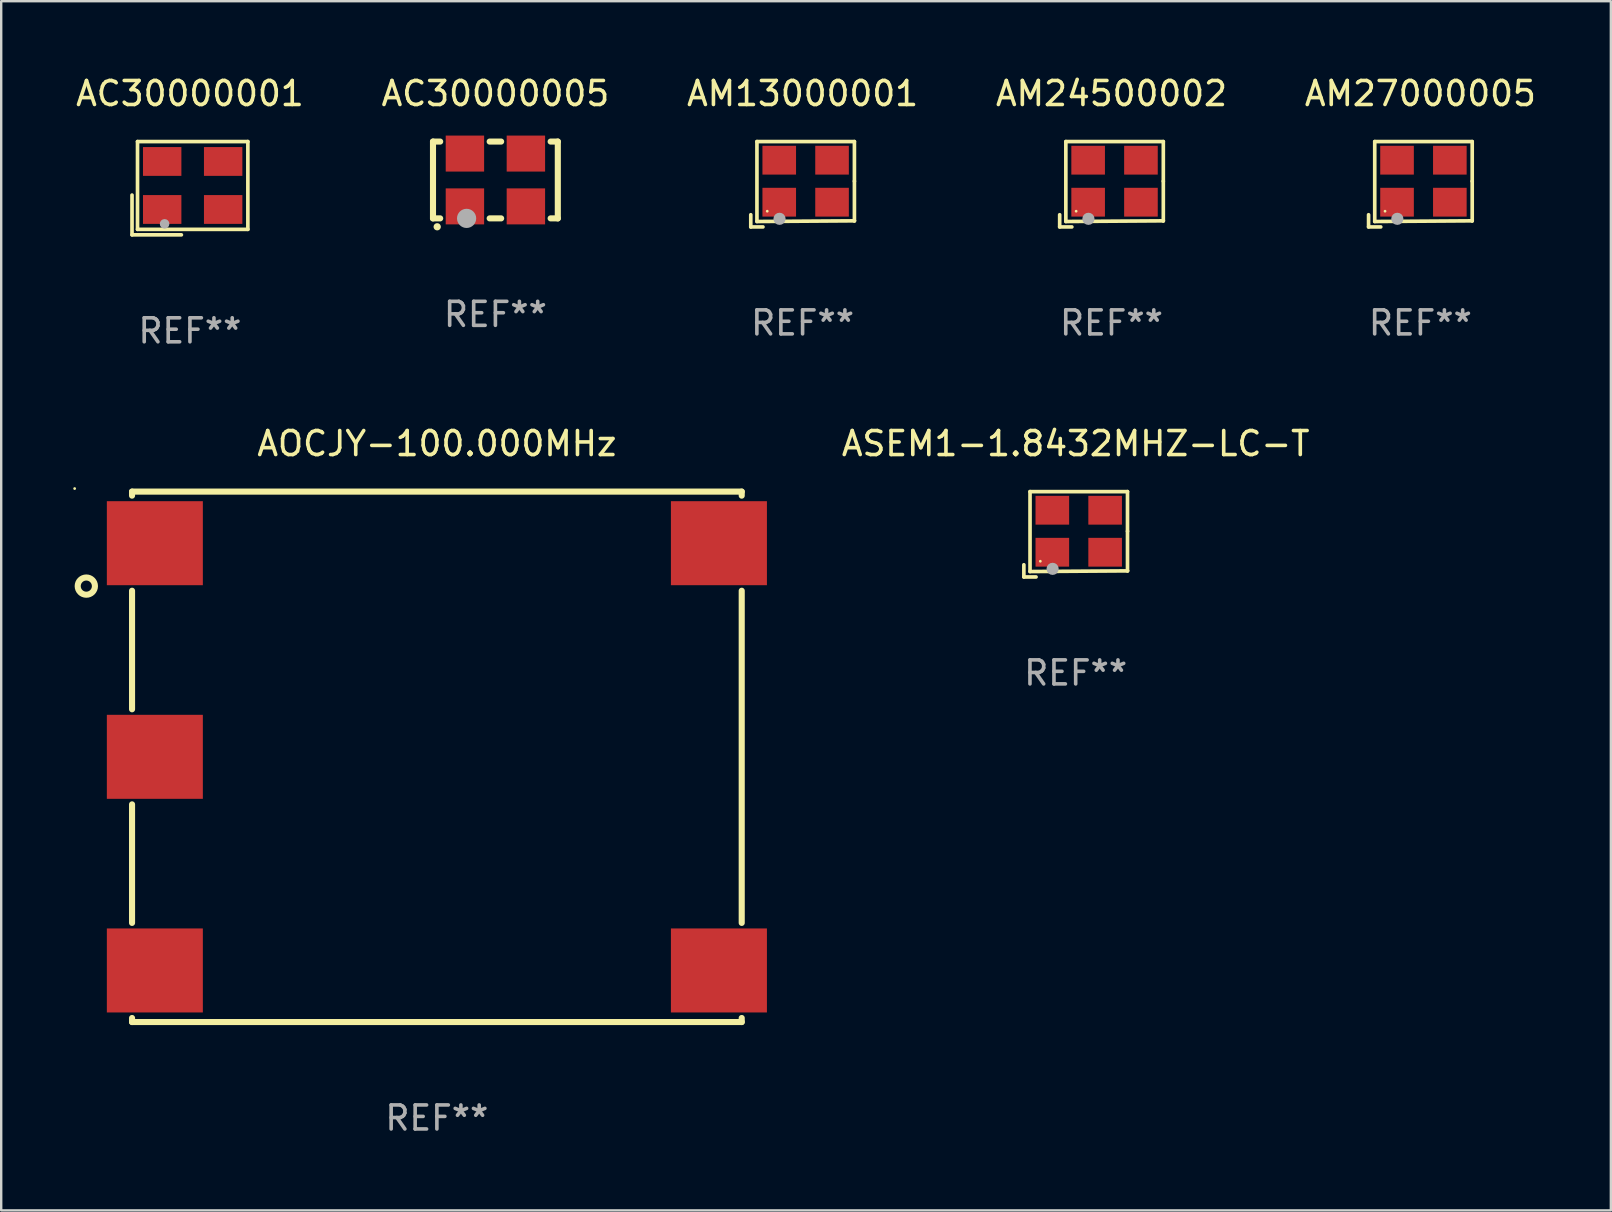
<source format=kicad_pcb>
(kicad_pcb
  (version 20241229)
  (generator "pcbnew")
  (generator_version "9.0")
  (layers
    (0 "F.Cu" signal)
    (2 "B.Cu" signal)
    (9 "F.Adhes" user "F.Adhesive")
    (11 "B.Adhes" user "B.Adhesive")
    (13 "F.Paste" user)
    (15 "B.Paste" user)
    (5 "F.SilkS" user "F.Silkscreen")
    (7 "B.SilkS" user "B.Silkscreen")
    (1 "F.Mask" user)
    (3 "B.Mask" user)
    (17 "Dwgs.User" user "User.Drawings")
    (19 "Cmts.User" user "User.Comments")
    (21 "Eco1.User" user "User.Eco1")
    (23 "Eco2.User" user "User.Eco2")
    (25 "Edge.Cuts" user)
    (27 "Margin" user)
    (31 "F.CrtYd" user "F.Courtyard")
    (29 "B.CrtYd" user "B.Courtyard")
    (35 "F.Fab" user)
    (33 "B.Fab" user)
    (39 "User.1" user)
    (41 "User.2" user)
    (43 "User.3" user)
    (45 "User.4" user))
  (footprint "AC30000001"
    (layer "F.Cu")
    (at 4.863 4.791)
    (property "Reference" "AC30000001" (at 0 -3.943 0) (layer "F.SilkS") (effects (font (size 1 1) (thickness 0.15))))
    (attr through_hole)
    (fp_line (start -2.413 0.286) (end -2.413 1.943) (stroke (width 0.152) (type solid)) (layer "F.SilkS"))
    (fp_line (start -2.413 1.943) (end -0.356 1.943) (stroke (width 0.152) (type solid)) (layer "F.SilkS"))
    (fp_line (start -2.184 -1.943) (end 2.413 -1.943) (stroke (width 0.152) (type solid)) (layer "F.SilkS"))
    (fp_line (start -2.184 1.714) (end -2.184 -1.943) (stroke (width 0.152) (type solid)) (layer "F.SilkS"))
    (fp_line (start 2.413 -1.943) (end 2.413 1.714) (stroke (width 0.152) (type solid)) (layer "F.SilkS"))
    (fp_line (start 2.413 1.714) (end -2.184 1.714) (stroke (width 0.152) (type solid)) (layer "F.SilkS"))
    (fp_circle (center -1.056 1.486) (end -0.956 1.486) (stroke (width 0.2) (type solid)) (fill no) (layer "F.Fab"))
    (fp_text user "REF**" (at 0 5.943 0) (layer "F.Fab") (effects (font (size 1 1) (thickness 0.15))))
    (pad "1" smd rect (at -1.156 0.886) (size 1.6 1.2) (layers "F.Cu" "F.Mask" "F.Paste"))
    (pad "2" smd rect (at 1.384 0.886) (size 1.6 1.2) (layers "F.Cu" "F.Mask" "F.Paste"))
    (pad "3" smd rect (at 1.384 -1.114) (size 1.6 1.2) (layers "F.Cu" "F.Mask" "F.Paste"))
    (pad "4" smd rect (at -1.156 -1.114) (size 1.6 1.2) (layers "F.Cu" "F.Mask" "F.Paste")))
  (footprint "AC30000005"
    (layer "F.Cu")
    (at 17.589 4.448)
    (property "Reference" "AC30000005" (at 0 -3.6 0) (layer "F.SilkS") (effects (font (size 1 1) (thickness 0.15))))
    (attr through_hole)
    (fp_line (start -2.6 -1.6) (end -2.301 -1.6) (stroke (width 0.254) (type solid)) (layer "F.SilkS"))
    (fp_line (start -2.6 1.6) (end -2.6 -1.6) (stroke (width 0.254) (type solid)) (layer "F.SilkS"))
    (fp_line (start -2.301 1.6) (end -2.6 1.6) (stroke (width 0.254) (type solid)) (layer "F.SilkS"))
    (fp_line (start -0.239 -1.6) (end 0.239 -1.6) (stroke (width 0.254) (type solid)) (layer "F.SilkS"))
    (fp_line (start 0.239 1.6) (end -0.239 1.6) (stroke (width 0.254) (type solid)) (layer "F.SilkS"))
    (fp_line (start 2.301 -1.6) (end 2.6 -1.6) (stroke (width 0.254) (type solid)) (layer "F.SilkS"))
    (fp_line (start 2.6 -1.6) (end 2.6 1.6) (stroke (width 0.254) (type solid)) (layer "F.SilkS"))
    (fp_line (start 2.6 1.6) (end 2.301 1.6) (stroke (width 0.254) (type solid)) (layer "F.SilkS"))
    (fp_arc (start -2.426213 1.949987) (mid -2.424943 1.949982) (end -2.423673 1.949987) (stroke (width 0.3) (type solid)) (layer "F.SilkS"))
    (fp_circle (center -2.5 1.6) (end -2.47 1.6) (stroke (width 0.06) (type solid)) (fill no) (layer "F.SilkS"))
    (fp_circle (center -1.2 1.6) (end -1 1.6) (stroke (width 0.4) (type solid)) (fill no) (layer "F.Fab"))
    (fp_text user "REF**" (at 0 5.6 0) (layer "F.Fab") (effects (font (size 1 1) (thickness 0.15))))
    (pad "1" smd rect (at -1.27 1.1) (size 1.6 1.5) (layers "F.Cu" "F.Mask" "F.Paste"))
    (pad "2" smd rect (at 1.27 1.1) (size 1.6 1.5) (layers "F.Cu" "F.Mask" "F.Paste"))
    (pad "3" smd rect (at 1.27 -1.1) (size 1.6 1.5) (layers "F.Cu" "F.Mask" "F.Paste"))
    (pad "4" smd rect (at -1.27 -1.1) (size 1.6 1.5) (layers "F.Cu" "F.Mask" "F.Paste")))
  (footprint "ASEM1-1.8432MHZ-LC-T"
    (layer "F.Cu")
    (at 41.764 19.209)
    (property "Reference" "ASEM1-1.8432MHZ-LC-T" (at 0 -3.778 0) (layer "F.SilkS") (effects (font (size 1 1) (thickness 0.15))))
    (attr through_hole)
    (fp_line (start -2.159 1.27) (end -2.159 1.778) (stroke (width 0.152) (type solid)) (layer "F.SilkS"))
    (fp_line (start -2.159 1.778) (end -1.651 1.778) (stroke (width 0.152) (type solid)) (layer "F.SilkS"))
    (fp_line (start -1.902 -1.778) (end 2.159 -1.778) (stroke (width 0.152) (type solid)) (layer "F.SilkS"))
    (fp_line (start -1.902 1.552) (end -1.902 -1.778) (stroke (width 0.152) (type solid)) (layer "F.SilkS"))
    (fp_line (start 2.159 -1.778) (end 2.159 -0.127) (stroke (width 0.152) (type solid)) (layer "F.SilkS"))
    (fp_line (start 2.159 -0.127) (end 2.159 1.524) (stroke (width 0.152) (type solid)) (layer "F.SilkS"))
    (fp_line (start 2.159 1.524) (end -1.902 1.552) (stroke (width 0.152) (type solid)) (layer "F.SilkS"))
    (fp_line (start 2.159 1.524) (end 2.159 1.524) (stroke (width 0.152) (type solid)) (layer "F.SilkS"))
    (fp_circle (center -1.473 1.123) (end -1.443 1.123) (stroke (width 0.06) (type solid)) (fill no) (layer "F.SilkS"))
    (fp_circle (center -0.961 1.44) (end -0.834 1.44) (stroke (width 0.254) (type solid)) (fill no) (layer "F.Fab"))
    (fp_text user "REF**" (at 0 5.778 0) (layer "F.Fab") (effects (font (size 1 1) (thickness 0.15))))
    (pad "1" smd rect (at -0.973 0.748) (size 1.4 1.2) (layers "F.Cu" "F.Mask" "F.Paste"))
    (pad "2" smd rect (at 1.227 0.748) (size 1.4 1.2) (layers "F.Cu" "F.Mask" "F.Paste"))
    (pad "3" smd rect (at 1.227 -1.002) (size 1.4 1.2) (layers "F.Cu" "F.Mask" "F.Paste"))
    (pad "4" smd rect (at -0.973 -1.002) (size 1.4 1.2) (layers "F.Cu" "F.Mask" "F.Paste")))
  (footprint "AM24500002"
    (layer "F.Cu")
    (at 43.256 4.626)
    (property "Reference" "AM24500002" (at 0 -3.778 0) (layer "F.SilkS") (effects (font (size 1 1) (thickness 0.15))))
    (attr through_hole)
    (fp_line (start -2.159 1.27) (end -2.159 1.778) (stroke (width 0.152) (type solid)) (layer "F.SilkS"))
    (fp_line (start -2.159 1.778) (end -1.651 1.778) (stroke (width 0.152) (type solid)) (layer "F.SilkS"))
    (fp_line (start -1.902 -1.778) (end 2.159 -1.778) (stroke (width 0.152) (type solid)) (layer "F.SilkS"))
    (fp_line (start -1.902 1.552) (end -1.902 -1.778) (stroke (width 0.152) (type solid)) (layer "F.SilkS"))
    (fp_line (start 2.159 -1.778) (end 2.159 -0.127) (stroke (width 0.152) (type solid)) (layer "F.SilkS"))
    (fp_line (start 2.159 -0.127) (end 2.159 1.524) (stroke (width 0.152) (type solid)) (layer "F.SilkS"))
    (fp_line (start 2.159 1.524) (end -1.902 1.552) (stroke (width 0.152) (type solid)) (layer "F.SilkS"))
    (fp_line (start 2.159 1.524) (end 2.159 1.524) (stroke (width 0.152) (type solid)) (layer "F.SilkS"))
    (fp_circle (center -1.473 1.123) (end -1.443 1.123) (stroke (width 0.06) (type solid)) (fill no) (layer "F.SilkS"))
    (fp_circle (center -0.961 1.44) (end -0.834 1.44) (stroke (width 0.254) (type solid)) (fill no) (layer "F.Fab"))
    (fp_text user "REF**" (at 0 5.778 0) (layer "F.Fab") (effects (font (size 1 1) (thickness 0.15))))
    (pad "1" smd rect (at -0.973 0.748) (size 1.4 1.2) (layers "F.Cu" "F.Mask" "F.Paste"))
    (pad "2" smd rect (at 1.227 0.748) (size 1.4 1.2) (layers "F.Cu" "F.Mask" "F.Paste"))
    (pad "3" smd rect (at 1.227 -1.002) (size 1.4 1.2) (layers "F.Cu" "F.Mask" "F.Paste"))
    (pad "4" smd rect (at -0.973 -1.002) (size 1.4 1.2) (layers "F.Cu" "F.Mask" "F.Paste")))
  (footprint "AM27000005"
    (layer "F.Cu")
    (at 56.125 4.626)
    (property "Reference" "AM27000005" (at 0 -3.778 0) (layer "F.SilkS") (effects (font (size 1 1) (thickness 0.15))))
    (attr through_hole)
    (fp_line (start -2.159 1.27) (end -2.159 1.778) (stroke (width 0.152) (type solid)) (layer "F.SilkS"))
    (fp_line (start -2.159 1.778) (end -1.651 1.778) (stroke (width 0.152) (type solid)) (layer "F.SilkS"))
    (fp_line (start -1.902 -1.778) (end 2.159 -1.778) (stroke (width 0.152) (type solid)) (layer "F.SilkS"))
    (fp_line (start -1.902 1.552) (end -1.902 -1.778) (stroke (width 0.152) (type solid)) (layer "F.SilkS"))
    (fp_line (start 2.159 -1.778) (end 2.159 -0.127) (stroke (width 0.152) (type solid)) (layer "F.SilkS"))
    (fp_line (start 2.159 -0.127) (end 2.159 1.524) (stroke (width 0.152) (type solid)) (layer "F.SilkS"))
    (fp_line (start 2.159 1.524) (end -1.902 1.552) (stroke (width 0.152) (type solid)) (layer "F.SilkS"))
    (fp_line (start 2.159 1.524) (end 2.159 1.524) (stroke (width 0.152) (type solid)) (layer "F.SilkS"))
    (fp_circle (center -1.473 1.123) (end -1.443 1.123) (stroke (width 0.06) (type solid)) (fill no) (layer "F.SilkS"))
    (fp_circle (center -0.961 1.44) (end -0.834 1.44) (stroke (width 0.254) (type solid)) (fill no) (layer "F.Fab"))
    (fp_text user "REF**" (at 0 5.778 0) (layer "F.Fab") (effects (font (size 1 1) (thickness 0.15))))
    (pad "1" smd rect (at -0.973 0.748) (size 1.4 1.2) (layers "F.Cu" "F.Mask" "F.Paste"))
    (pad "2" smd rect (at 1.227 0.748) (size 1.4 1.2) (layers "F.Cu" "F.Mask" "F.Paste"))
    (pad "3" smd rect (at 1.227 -1.002) (size 1.4 1.2) (layers "F.Cu" "F.Mask" "F.Paste"))
    (pad "4" smd rect (at -0.973 -1.002) (size 1.4 1.2) (layers "F.Cu" "F.Mask" "F.Paste")))
  (footprint "AOCJY-100.000MHz"
    (layer "F.Cu")
    (at 15.151 28.48)
    (property "Reference" "AOCJY-100.000MHz" (at 0 -13.049 0) (layer "F.SilkS") (effects (font (size 1 1) (thickness 0.15))))
    (attr through_hole)
    (fp_line (start -12.7 -11.049) (end -12.7 -10.881) (stroke (width 0.254) (type solid)) (layer "F.SilkS"))
    (fp_line (start -12.7 -6.919) (end -12.7 -1.981) (stroke (width 0.254) (type solid)) (layer "F.SilkS"))
    (fp_line (start -12.7 1.981) (end -12.7 6.919) (stroke (width 0.254) (type solid)) (layer "F.SilkS"))
    (fp_line (start -12.7 10.881) (end -12.7 11.049) (stroke (width 0.254) (type solid)) (layer "F.SilkS"))
    (fp_line (start -12.7 11.049) (end 12.7 11.049) (stroke (width 0.254) (type solid)) (layer "F.SilkS"))
    (fp_line (start 12.7 -11.049) (end -12.7 -11.049) (stroke (width 0.254) (type solid)) (layer "F.SilkS"))
    (fp_line (start 12.7 -10.881) (end 12.7 -11.049) (stroke (width 0.254) (type solid)) (layer "F.SilkS"))
    (fp_line (start 12.7 6.919) (end 12.7 -6.919) (stroke (width 0.254) (type solid)) (layer "F.SilkS"))
    (fp_line (start 12.7 11.049) (end 12.7 10.881) (stroke (width 0.254) (type solid)) (layer "F.SilkS"))
    (fp_circle (center -15.091 -11.176) (end -15.061 -11.176) (stroke (width 0.06) (type solid)) (fill no) (layer "F.SilkS"))
    (fp_circle (center -14.605 -7.112) (end -14.246 -7.112) (stroke (width 0.254) (type solid)) (fill no) (layer "F.SilkS"))
    (fp_text user "REF**" (at 0 15.049 0) (layer "F.Fab") (effects (font (size 1 1) (thickness 0.15))))
    (pad "1" smd rect (at -11.75 -8.9) (size 4 3.5) (layers "F.Cu" "F.Mask" "F.Paste"))
    (pad "2" smd rect (at -11.75 0) (size 4 3.5) (layers "F.Cu" "F.Mask" "F.Paste"))
    (pad "3" smd rect (at -11.75 8.9) (size 4 3.5) (layers "F.Cu" "F.Mask" "F.Paste"))
    (pad "4" smd rect (at 11.75 8.9) (size 4 3.5) (layers "F.Cu" "F.Mask" "F.Paste"))
    (pad "5" smd rect (at 11.75 -8.9) (size 4 3.5) (layers "F.Cu" "F.Mask" "F.Paste")))
  (footprint "AM13000001"
    (layer "F.Cu")
    (at 30.387 4.626)
    (property "Reference" "AM13000001" (at 0 -3.778 0) (layer "F.SilkS") (effects (font (size 1 1) (thickness 0.15))))
    (attr through_hole)
    (fp_line (start -2.159 1.27) (end -2.159 1.778) (stroke (width 0.152) (type solid)) (layer "F.SilkS"))
    (fp_line (start -2.159 1.778) (end -1.651 1.778) (stroke (width 0.152) (type solid)) (layer "F.SilkS"))
    (fp_line (start -1.902 -1.778) (end 2.159 -1.778) (stroke (width 0.152) (type solid)) (layer "F.SilkS"))
    (fp_line (start -1.902 1.552) (end -1.902 -1.778) (stroke (width 0.152) (type solid)) (layer "F.SilkS"))
    (fp_line (start 2.159 -1.778) (end 2.159 -0.127) (stroke (width 0.152) (type solid)) (layer "F.SilkS"))
    (fp_line (start 2.159 -0.127) (end 2.159 1.524) (stroke (width 0.152) (type solid)) (layer "F.SilkS"))
    (fp_line (start 2.159 1.524) (end -1.902 1.552) (stroke (width 0.152) (type solid)) (layer "F.SilkS"))
    (fp_line (start 2.159 1.524) (end 2.159 1.524) (stroke (width 0.152) (type solid)) (layer "F.SilkS"))
    (fp_circle (center -1.473 1.123) (end -1.443 1.123) (stroke (width 0.06) (type solid)) (fill no) (layer "F.SilkS"))
    (fp_circle (center -0.961 1.44) (end -0.834 1.44) (stroke (width 0.254) (type solid)) (fill no) (layer "F.Fab"))
    (fp_text user "REF**" (at 0 5.778 0) (layer "F.Fab") (effects (font (size 1 1) (thickness 0.15))))
    (pad "1" smd rect (at -0.973 0.748) (size 1.4 1.2) (layers "F.Cu" "F.Mask" "F.Paste"))
    (pad "2" smd rect (at 1.227 0.748) (size 1.4 1.2) (layers "F.Cu" "F.Mask" "F.Paste"))
    (pad "3" smd rect (at 1.227 -1.002) (size 1.4 1.2) (layers "F.Cu" "F.Mask" "F.Paste"))
    (pad "4" smd rect (at -0.973 -1.002) (size 1.4 1.2) (layers "F.Cu" "F.Mask" "F.Paste")))
  (gr_rect
    (start -3 -3)
    (end 64.06 47.377)
    (stroke (width 0.1) (type default))
    (fill no)
    (layer "Edge.Cuts")))
</source>
